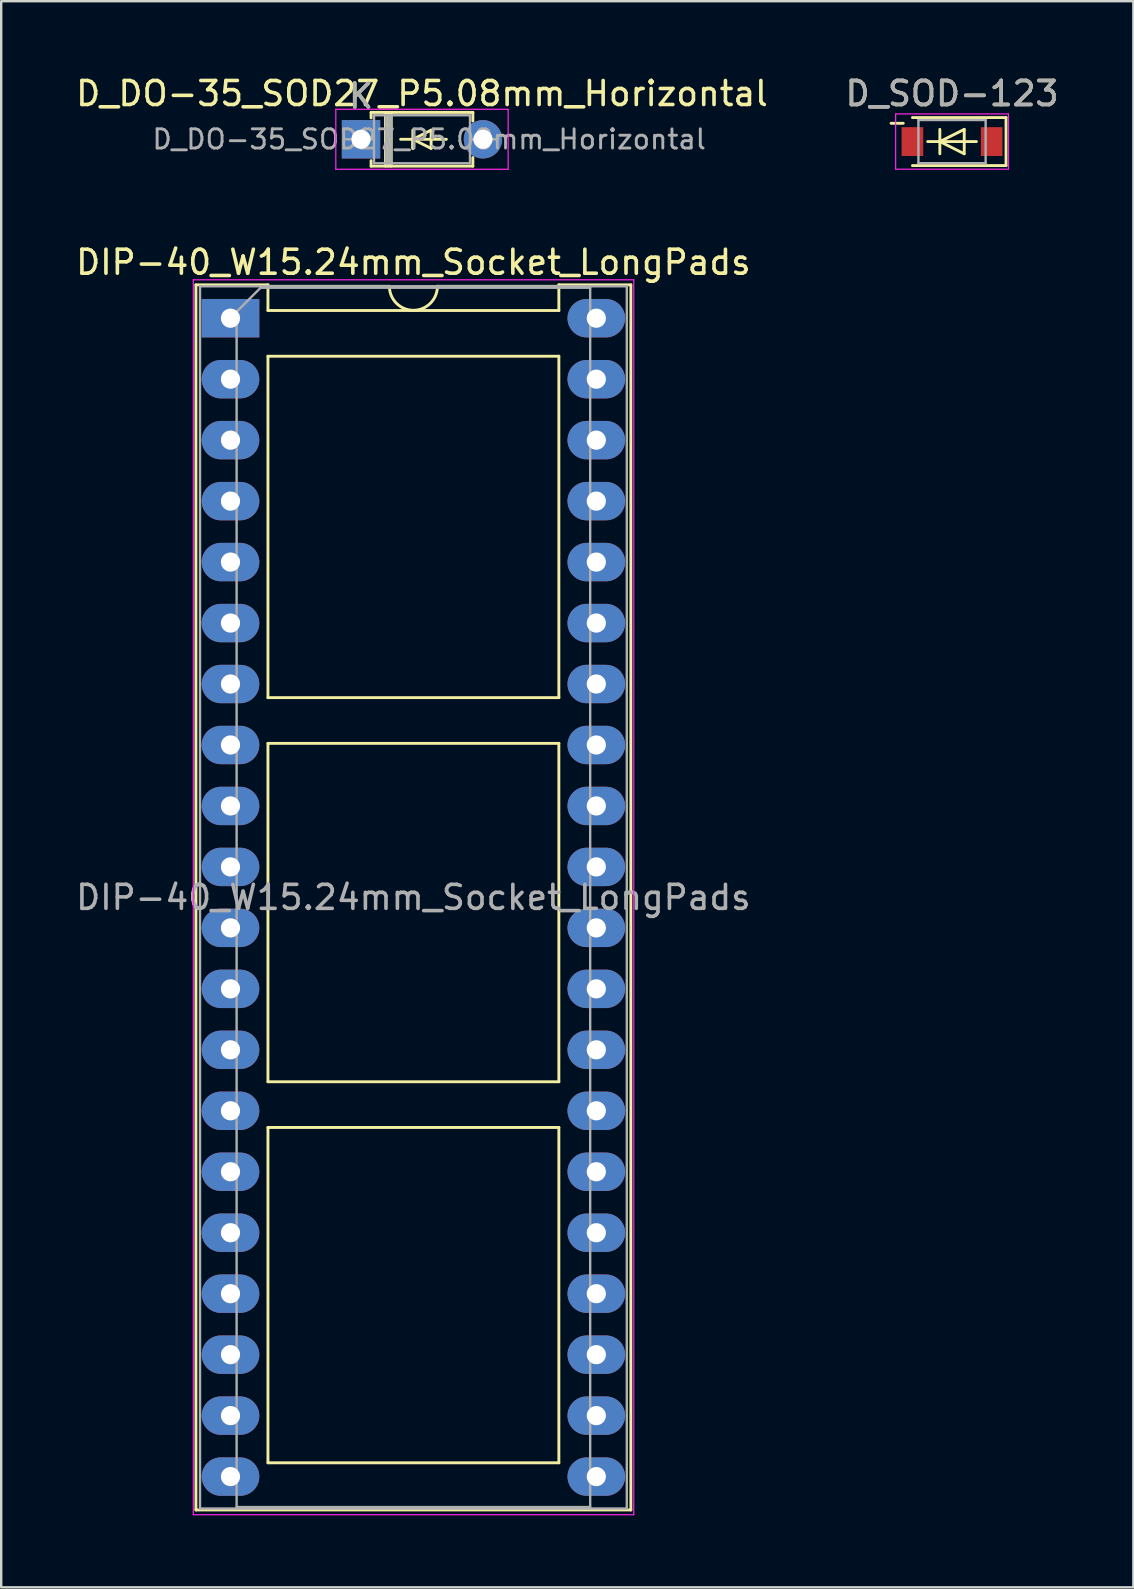
<source format=kicad_pcb>
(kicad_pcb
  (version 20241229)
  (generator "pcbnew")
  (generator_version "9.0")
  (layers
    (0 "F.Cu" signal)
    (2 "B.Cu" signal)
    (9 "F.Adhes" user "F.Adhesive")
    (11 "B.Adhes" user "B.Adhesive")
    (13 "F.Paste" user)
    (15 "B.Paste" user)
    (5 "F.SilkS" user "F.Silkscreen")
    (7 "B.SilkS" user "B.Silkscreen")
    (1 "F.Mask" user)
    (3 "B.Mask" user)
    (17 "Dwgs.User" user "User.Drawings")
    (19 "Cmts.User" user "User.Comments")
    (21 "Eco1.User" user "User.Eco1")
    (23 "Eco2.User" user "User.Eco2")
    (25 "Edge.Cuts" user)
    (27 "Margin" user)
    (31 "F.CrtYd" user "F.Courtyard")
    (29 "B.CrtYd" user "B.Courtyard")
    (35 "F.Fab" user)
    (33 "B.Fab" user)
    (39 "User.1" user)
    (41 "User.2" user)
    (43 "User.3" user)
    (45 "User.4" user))
  (footprint "D_DO-35_SOD27_P5.08mm_Horizontal"
    (layer "F.Cu")
    (at 14.53 2.753)
    (property "Reference" "D_DO-35_SOD27_P5.08mm_Horizontal" (at 0 -1.905 0) (layer "F.SilkS") (effects (font (size 1 1) (thickness 0.15))))
    (attr through_hole)
    (fp_line (start -2.12 -1.12) (end -2.12 -0.889) (stroke (width 0.12) (type solid)) (layer "F.SilkS"))
    (fp_line (start -2.12 1.12) (end -2.12 0.889) (stroke (width 0.12) (type solid)) (layer "F.SilkS"))
    (fp_line (start -2.12 1.12) (end 2.12 1.12) (stroke (width 0.12) (type solid)) (layer "F.SilkS"))
    (fp_line (start -1.52 -1.12) (end -1.52 1.12) (stroke (width 0.12) (type solid)) (layer "F.SilkS"))
    (fp_line (start -1.4 -1.12) (end -1.4 1.12) (stroke (width 0.12) (type solid)) (layer "F.SilkS"))
    (fp_line (start -1.28 -1.12) (end -1.28 1.12) (stroke (width 0.12) (type solid)) (layer "F.SilkS"))
    (fp_line (start -0.889 0) (end 1.016 0) (stroke (width 0.12) (type solid)) (layer "F.SilkS"))
    (fp_line (start -0.381 -0.381) (end -0.381 0.381) (stroke (width 0.12) (type solid)) (layer "F.SilkS"))
    (fp_line (start -0.381 0) (end 0.381 -0.381) (stroke (width 0.12) (type solid)) (layer "F.SilkS"))
    (fp_line (start -0.381 0.381) (end -0.381 0) (stroke (width 0.12) (type solid)) (layer "F.SilkS"))
    (fp_line (start 0.381 -0.381) (end 0.381 0.381) (stroke (width 0.12) (type solid)) (layer "F.SilkS"))
    (fp_line (start 0.381 0.381) (end -0.381 0) (stroke (width 0.12) (type solid)) (layer "F.SilkS"))
    (fp_line (start 2.12 -1.12) (end -2.12 -1.12) (stroke (width 0.12) (type solid)) (layer "F.SilkS"))
    (fp_line (start 2.12 -1.12) (end 2.12 -0.762) (stroke (width 0.12) (type solid)) (layer "F.SilkS"))
    (fp_line (start 2.12 1.12) (end 2.12 0.762) (stroke (width 0.12) (type solid)) (layer "F.SilkS"))
    (fp_line (start -3.59 -1.25) (end -3.59 1.25) (stroke (width 0.05) (type solid)) (layer "F.CrtYd"))
    (fp_line (start -3.59 1.25) (end 3.59 1.25) (stroke (width 0.05) (type solid)) (layer "F.CrtYd"))
    (fp_line (start 3.59 -1.25) (end -3.59 -1.25) (stroke (width 0.05) (type solid)) (layer "F.CrtYd"))
    (fp_line (start 3.59 1.25) (end 3.59 -1.25) (stroke (width 0.05) (type solid)) (layer "F.CrtYd"))
    (fp_line (start -3.175 0) (end -2 0) (stroke (width 0.1) (type solid)) (layer "F.Fab"))
    (fp_line (start -2 -1) (end -2 1) (stroke (width 0.1) (type solid)) (layer "F.Fab"))
    (fp_line (start -2 1) (end 2 1) (stroke (width 0.1) (type solid)) (layer "F.Fab"))
    (fp_line (start -1.5 -1) (end -1.5 1) (stroke (width 0.1) (type solid)) (layer "F.Fab"))
    (fp_line (start -1.4 -1) (end -1.4 1) (stroke (width 0.1) (type solid)) (layer "F.Fab"))
    (fp_line (start -1.3 -1) (end -1.3 1) (stroke (width 0.1) (type solid)) (layer "F.Fab"))
    (fp_line (start 2 -1) (end -2 -1) (stroke (width 0.1) (type solid)) (layer "F.Fab"))
    (fp_line (start 2 1) (end 2 -1) (stroke (width 0.1) (type solid)) (layer "F.Fab"))
    (fp_line (start 3.175 0) (end 2 0) (stroke (width 0.1) (type solid)) (layer "F.Fab"))
    (fp_text user "K" (at -2.54 -1.8 0) (layer "F.SilkS") (effects (font (size 1 1) (thickness 0.15))))
    (fp_text user "K" (at -2.54 -1.8 0) (layer "F.Fab") (effects (font (size 1 1) (thickness 0.15))))
    (fp_text user "${REFERENCE}" (at 0.3 0 0) (layer "F.Fab") (effects (font (size 0.8 0.8) (thickness 0.12))))
    (pad "1" thru_hole rect (at -2.54 0) (size 1.6 1.6) (drill 0.8) (layers "*.Cu" "*.Mask"))
    (pad "2" thru_hole oval (at 2.54 0) (size 1.6 1.6) (drill 0.8) (layers "*.Cu" "*.Mask")))
  (footprint "D_SOD-123"
    (layer "F.Cu")
    (at 36.613 2.848)
    (property "Reference" "D_SOD-123" (at 0 -2 0) (layer "F.SilkS") (effects (font (size 1 1) (thickness 0.15))))
    (attr smd)
    (fp_line (start -2.54 -0.762) (end -2.032 -0.762) (stroke (width 0.12) (type solid)) (layer "F.SilkS"))
    (fp_line (start -1.016 0) (end 1.016 0) (stroke (width 0.12) (type solid)) (layer "F.SilkS"))
    (fp_line (start -0.508 -0.508) (end -0.508 0.508) (stroke (width 0.12) (type solid)) (layer "F.SilkS"))
    (fp_line (start -0.508 0) (end 0.508 0.508) (stroke (width 0.12) (type solid)) (layer "F.SilkS"))
    (fp_line (start 0.508 -0.508) (end -0.508 0) (stroke (width 0.12) (type solid)) (layer "F.SilkS"))
    (fp_line (start 0.508 -0.508) (end 0.508 0.508) (stroke (width 0.12) (type solid)) (layer "F.SilkS"))
    (fp_line (start 2.25 -1) (end -1.65 -1) (stroke (width 0.12) (type solid)) (layer "F.SilkS"))
    (fp_line (start 2.25 1) (end -1.65 1) (stroke (width 0.12) (type solid)) (layer "F.SilkS"))
    (fp_line (start 2.25 1) (end 2.25 -1) (stroke (width 0.12) (type solid)) (layer "F.SilkS"))
    (fp_line (start -2.35 -1.15) (end -2.35 1.15) (stroke (width 0.05) (type solid)) (layer "F.CrtYd"))
    (fp_line (start -2.35 -1.15) (end 2.35 -1.15) (stroke (width 0.05) (type solid)) (layer "F.CrtYd"))
    (fp_line (start 2.35 -1.15) (end 2.35 1.15) (stroke (width 0.05) (type solid)) (layer "F.CrtYd"))
    (fp_line (start 2.35 1.15) (end -2.35 1.15) (stroke (width 0.05) (type solid)) (layer "F.CrtYd"))
    (fp_line (start -1.4 -0.9) (end 1.4 -0.9) (stroke (width 0.1) (type solid)) (layer "F.Fab"))
    (fp_line (start -1.4 0.9) (end -1.4 -0.9) (stroke (width 0.1) (type solid)) (layer "F.Fab"))
    (fp_line (start 1.4 -0.9) (end 1.4 0.9) (stroke (width 0.1) (type solid)) (layer "F.Fab"))
    (fp_line (start 1.4 0.9) (end -1.4 0.9) (stroke (width 0.1) (type solid)) (layer "F.Fab"))
    (fp_text user "${REFERENCE}" (at 0 -2 0) (layer "F.Fab") (effects (font (size 1 1) (thickness 0.15))))
    (pad "1" smd rect (at -1.65 0) (size 0.9 1.2) (layers "F.Cu" "F.Mask" "F.Paste"))
    (pad "2" smd rect (at 1.65 0) (size 0.9 1.2) (layers "F.Cu" "F.Mask" "F.Paste")))
  (footprint "DIP-40_W15.24mm_Socket_LongPads"
    (layer "F.Cu")
    (at 6.553 10.207)
    (property "Reference" "DIP-40_W15.24mm_Socket_LongPads" (at 7.62 -2.33 0) (layer "F.SilkS") (effects (font (size 1 1) (thickness 0.15))))
    (attr through_hole)
    (fp_line (start -1.44 -1.39) (end -1.44 49.65) (stroke (width 0.12) (type solid)) (layer "F.SilkS"))
    (fp_line (start -1.44 49.65) (end 16.68 49.65) (stroke (width 0.12) (type solid)) (layer "F.SilkS"))
    (fp_line (start 1.56 -1.39) (end -1.44 -1.39) (stroke (width 0.12) (type solid)) (layer "F.SilkS"))
    (fp_line (start 1.56 -1.39) (end 1.56 -0.321) (stroke (width 0.12) (type solid)) (layer "F.SilkS"))
    (fp_line (start 1.56 -0.321) (end 13.68 -0.321) (stroke (width 0.12) (type solid)) (layer "F.SilkS"))
    (fp_line (start 1.56 1.584) (end 1.56 15.808) (stroke (width 0.12) (type solid)) (layer "F.SilkS"))
    (fp_line (start 1.56 1.584) (end 13.68 1.584) (stroke (width 0.12) (type solid)) (layer "F.SilkS"))
    (fp_line (start 1.56 15.808) (end 13.68 15.808) (stroke (width 0.12) (type solid)) (layer "F.SilkS"))
    (fp_line (start 1.56 17.713) (end 1.56 31.81) (stroke (width 0.12) (type solid)) (layer "F.SilkS"))
    (fp_line (start 1.56 17.713) (end 13.68 17.713) (stroke (width 0.12) (type solid)) (layer "F.SilkS"))
    (fp_line (start 1.56 31.81) (end 13.68 31.81) (stroke (width 0.12) (type solid)) (layer "F.SilkS"))
    (fp_line (start 1.56 33.715) (end 1.56 47.685) (stroke (width 0.12) (type solid)) (layer "F.SilkS"))
    (fp_line (start 1.56 33.715) (end 13.68 33.715) (stroke (width 0.12) (type solid)) (layer "F.SilkS"))
    (fp_line (start 1.56 47.685) (end 13.68 47.685) (stroke (width 0.12) (type solid)) (layer "F.SilkS"))
    (fp_line (start 6.62 -1.33) (end 1.56 -1.33) (stroke (width 0.12) (type solid)) (layer "F.SilkS"))
    (fp_line (start 13.68 -1.33) (end 8.62 -1.33) (stroke (width 0.12) (type solid)) (layer "F.SilkS"))
    (fp_line (start 13.68 -0.321) (end 13.68 -1.39) (stroke (width 0.12) (type solid)) (layer "F.SilkS"))
    (fp_line (start 13.68 15.808) (end 13.68 1.584) (stroke (width 0.12) (type solid)) (layer "F.SilkS"))
    (fp_line (start 13.68 17.713) (end 13.68 31.81) (stroke (width 0.12) (type solid)) (layer "F.SilkS"))
    (fp_line (start 13.68 47.685) (end 13.68 33.715) (stroke (width 0.12) (type solid)) (layer "F.SilkS"))
    (fp_line (start 16.68 -1.39) (end 13.68 -1.39) (stroke (width 0.12) (type solid)) (layer "F.SilkS"))
    (fp_line (start 16.68 49.65) (end 16.68 -1.39) (stroke (width 0.12) (type solid)) (layer "F.SilkS"))
    (fp_arc (start 8.62 -1.33) (mid 7.62 -0.33) (end 6.62 -1.33) (stroke (width 0.12) (type solid)) (layer "F.SilkS"))
    (fp_line (start -1.55 -1.6) (end -1.55 49.85) (stroke (width 0.05) (type solid)) (layer "F.CrtYd"))
    (fp_line (start -1.55 49.85) (end 16.8 49.85) (stroke (width 0.05) (type solid)) (layer "F.CrtYd"))
    (fp_line (start 16.8 -1.6) (end -1.55 -1.6) (stroke (width 0.05) (type solid)) (layer "F.CrtYd"))
    (fp_line (start 16.8 49.85) (end 16.8 -1.6) (stroke (width 0.05) (type solid)) (layer "F.CrtYd"))
    (fp_line (start -1.27 -1.33) (end -1.27 49.59) (stroke (width 0.1) (type solid)) (layer "F.Fab"))
    (fp_line (start -1.27 49.59) (end 16.51 49.59) (stroke (width 0.1) (type solid)) (layer "F.Fab"))
    (fp_line (start 0.255 -0.27) (end 1.255 -1.27) (stroke (width 0.1) (type solid)) (layer "F.Fab"))
    (fp_line (start 0.255 49.53) (end 0.255 -0.27) (stroke (width 0.1) (type solid)) (layer "F.Fab"))
    (fp_line (start 1.255 -1.27) (end 14.985 -1.27) (stroke (width 0.1) (type solid)) (layer "F.Fab"))
    (fp_line (start 14.985 -1.27) (end 14.985 49.53) (stroke (width 0.1) (type solid)) (layer "F.Fab"))
    (fp_line (start 14.985 49.53) (end 0.255 49.53) (stroke (width 0.1) (type solid)) (layer "F.Fab"))
    (fp_line (start 16.51 -1.33) (end -1.27 -1.33) (stroke (width 0.1) (type solid)) (layer "F.Fab"))
    (fp_line (start 16.51 49.59) (end 16.51 -1.33) (stroke (width 0.1) (type solid)) (layer "F.Fab"))
    (fp_text user "${REFERENCE}" (at 7.62 24.13 0) (layer "F.Fab") (effects (font (size 1 1) (thickness 0.15))))
    (pad "1" thru_hole rect (at 0 0) (size 2.4 1.6) (drill 0.8) (layers "*.Cu" "*.Mask"))
    (pad "2" thru_hole oval (at 0 2.54) (size 2.4 1.6) (drill 0.8) (layers "*.Cu" "*.Mask"))
    (pad "3" thru_hole oval (at 0 5.08) (size 2.4 1.6) (drill 0.8) (layers "*.Cu" "*.Mask"))
    (pad "4" thru_hole oval (at 0 7.62) (size 2.4 1.6) (drill 0.8) (layers "*.Cu" "*.Mask"))
    (pad "5" thru_hole oval (at 0 10.16) (size 2.4 1.6) (drill 0.8) (layers "*.Cu" "*.Mask"))
    (pad "6" thru_hole oval (at 0 12.7) (size 2.4 1.6) (drill 0.8) (layers "*.Cu" "*.Mask"))
    (pad "7" thru_hole oval (at 0 15.24) (size 2.4 1.6) (drill 0.8) (layers "*.Cu" "*.Mask"))
    (pad "8" thru_hole oval (at 0 17.78) (size 2.4 1.6) (drill 0.8) (layers "*.Cu" "*.Mask"))
    (pad "9" thru_hole oval (at 0 20.32) (size 2.4 1.6) (drill 0.8) (layers "*.Cu" "*.Mask"))
    (pad "10" thru_hole oval (at 0 22.86) (size 2.4 1.6) (drill 0.8) (layers "*.Cu" "*.Mask"))
    (pad "11" thru_hole oval (at 0 25.4) (size 2.4 1.6) (drill 0.8) (layers "*.Cu" "*.Mask"))
    (pad "12" thru_hole oval (at 0 27.94) (size 2.4 1.6) (drill 0.8) (layers "*.Cu" "*.Mask"))
    (pad "13" thru_hole oval (at 0 30.48) (size 2.4 1.6) (drill 0.8) (layers "*.Cu" "*.Mask"))
    (pad "14" thru_hole oval (at 0 33.02) (size 2.4 1.6) (drill 0.8) (layers "*.Cu" "*.Mask"))
    (pad "15" thru_hole oval (at 0 35.56) (size 2.4 1.6) (drill 0.8) (layers "*.Cu" "*.Mask"))
    (pad "16" thru_hole oval (at 0 38.1) (size 2.4 1.6) (drill 0.8) (layers "*.Cu" "*.Mask"))
    (pad "17" thru_hole oval (at 0 40.64) (size 2.4 1.6) (drill 0.8) (layers "*.Cu" "*.Mask"))
    (pad "18" thru_hole oval (at 0 43.18) (size 2.4 1.6) (drill 0.8) (layers "*.Cu" "*.Mask"))
    (pad "19" thru_hole oval (at 0 45.72) (size 2.4 1.6) (drill 0.8) (layers "*.Cu" "*.Mask"))
    (pad "20" thru_hole oval (at 0 48.26) (size 2.4 1.6) (drill 0.8) (layers "*.Cu" "*.Mask"))
    (pad "21" thru_hole oval (at 15.24 48.26) (size 2.4 1.6) (drill 0.8) (layers "*.Cu" "*.Mask"))
    (pad "22" thru_hole oval (at 15.24 45.72) (size 2.4 1.6) (drill 0.8) (layers "*.Cu" "*.Mask"))
    (pad "23" thru_hole oval (at 15.24 43.18) (size 2.4 1.6) (drill 0.8) (layers "*.Cu" "*.Mask"))
    (pad "24" thru_hole oval (at 15.24 40.64) (size 2.4 1.6) (drill 0.8) (layers "*.Cu" "*.Mask"))
    (pad "25" thru_hole oval (at 15.24 38.1) (size 2.4 1.6) (drill 0.8) (layers "*.Cu" "*.Mask"))
    (pad "26" thru_hole oval (at 15.24 35.56) (size 2.4 1.6) (drill 0.8) (layers "*.Cu" "*.Mask"))
    (pad "27" thru_hole oval (at 15.24 33.02) (size 2.4 1.6) (drill 0.8) (layers "*.Cu" "*.Mask"))
    (pad "28" thru_hole oval (at 15.24 30.48) (size 2.4 1.6) (drill 0.8) (layers "*.Cu" "*.Mask"))
    (pad "29" thru_hole oval (at 15.24 27.94) (size 2.4 1.6) (drill 0.8) (layers "*.Cu" "*.Mask"))
    (pad "30" thru_hole oval (at 15.24 25.4) (size 2.4 1.6) (drill 0.8) (layers "*.Cu" "*.Mask"))
    (pad "31" thru_hole oval (at 15.24 22.86) (size 2.4 1.6) (drill 0.8) (layers "*.Cu" "*.Mask"))
    (pad "32" thru_hole oval (at 15.24 20.32) (size 2.4 1.6) (drill 0.8) (layers "*.Cu" "*.Mask"))
    (pad "33" thru_hole oval (at 15.24 17.78) (size 2.4 1.6) (drill 0.8) (layers "*.Cu" "*.Mask"))
    (pad "34" thru_hole oval (at 15.24 15.24) (size 2.4 1.6) (drill 0.8) (layers "*.Cu" "*.Mask"))
    (pad "35" thru_hole oval (at 15.24 12.7) (size 2.4 1.6) (drill 0.8) (layers "*.Cu" "*.Mask"))
    (pad "36" thru_hole oval (at 15.24 10.16) (size 2.4 1.6) (drill 0.8) (layers "*.Cu" "*.Mask"))
    (pad "37" thru_hole oval (at 15.24 7.62) (size 2.4 1.6) (drill 0.8) (layers "*.Cu" "*.Mask"))
    (pad "38" thru_hole oval (at 15.24 5.08) (size 2.4 1.6) (drill 0.8) (layers "*.Cu" "*.Mask"))
    (pad "39" thru_hole oval (at 15.24 2.54) (size 2.4 1.6) (drill 0.8) (layers "*.Cu" "*.Mask"))
    (pad "40" thru_hole oval (at 15.24 0) (size 2.4 1.6) (drill 0.8) (layers "*.Cu" "*.Mask")))
  (gr_rect
    (start -3 -3)
    (end 44.167 63.081)
    (stroke (width 0.1) (type default))
    (fill no)
    (layer "Edge.Cuts")))
</source>
